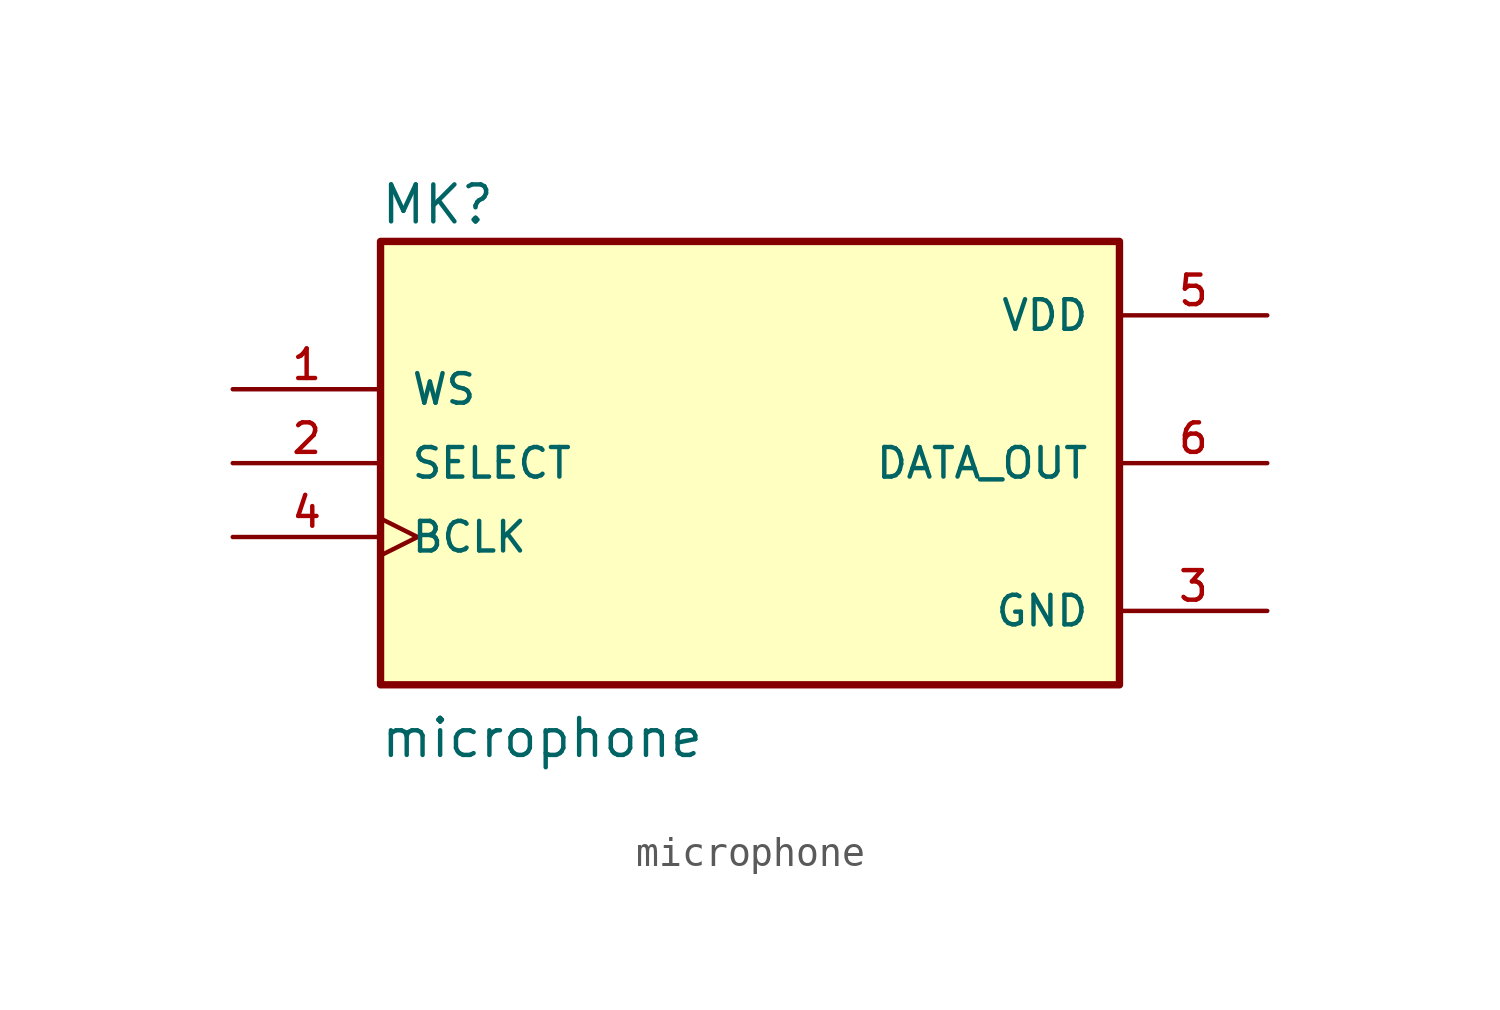
<source format=kicad_sym>
(kicad_symbol_lib
  (version 20211014)
  (generator kicad_symbol_editor)
  (symbol "microphone"
    (pin_names
      (offset 1.016))
    (property "Reference" "MK"
      (at -12.74 8.147 0)
      (effects (font (size 1.27 1.27)) (justify left bottom)))
    (property "Value" "microphone"
      (at -12.747 -10.193 0)
      (effects (font (size 1.27 1.27)) (justify left bottom)))
    (symbol "microphone_0_0"
      (rectangle (start -12.7 -7.62) (end 12.7 7.62) (stroke (width 0.254) (type default) (color 0 0 0 0)) (fill (type background)))
      (pin input line (at -17.78 2.54 0) (length 5.08) (name "WS" (effects (font (size 1.016 1.016)))) (number "1" (effects (font (size 1.016 1.016)))))
      (pin input line (at -17.78 0 0) (length 5.08) (name "SELECT" (effects (font (size 1.016 1.016)))) (number "2" (effects (font (size 1.016 1.016)))))
      (pin power_in line (at 17.78 -5.08 180) (length 5.08) (name "GND" (effects (font (size 1.016 1.016)))) (number "3" (effects (font (size 1.016 1.016)))))
      (pin input clock (at -17.78 -2.54 0) (length 5.08) (name "BCLK" (effects (font (size 1.016 1.016)))) (number "4" (effects (font (size 1.016 1.016)))))
      (pin power_in line (at 17.78 5.08 180) (length 5.08) (name "VDD" (effects (font (size 1.016 1.016)))) (number "5" (effects (font (size 1.016 1.016)))))
      (pin output line (at 17.78 0 180) (length 5.08) (name "DATA_OUT" (effects (font (size 1.016 1.016)))) (number "6" (effects (font (size 1.016 1.016))))))))
</source>
